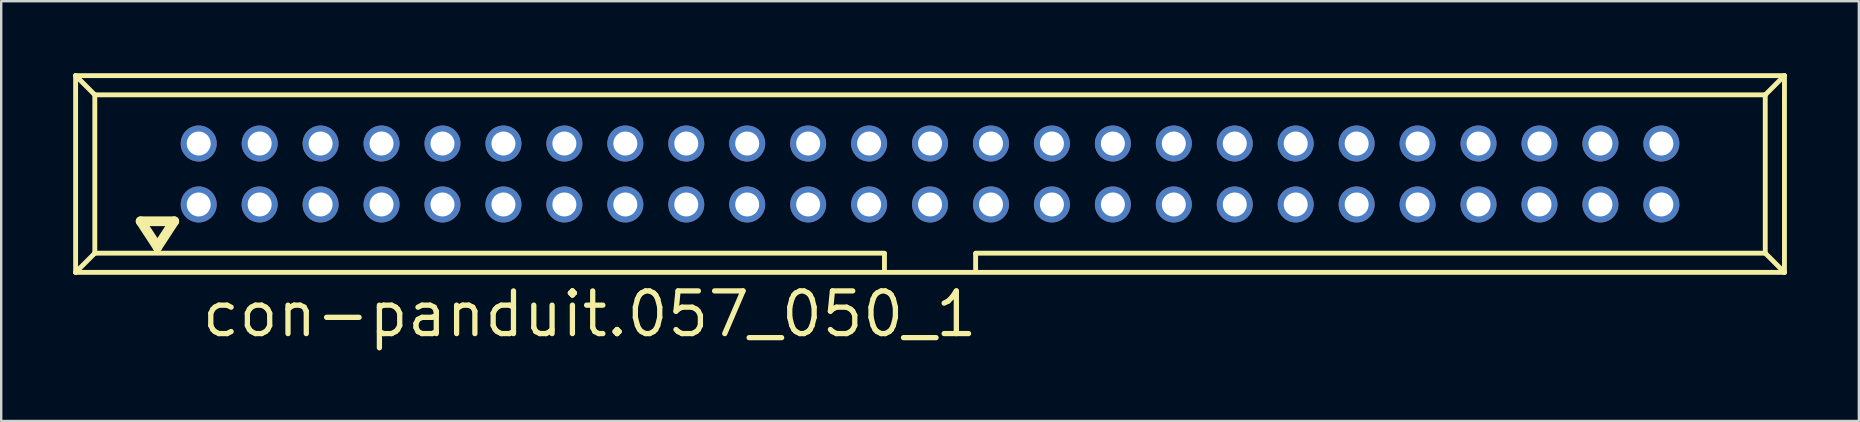
<source format=kicad_pcb>
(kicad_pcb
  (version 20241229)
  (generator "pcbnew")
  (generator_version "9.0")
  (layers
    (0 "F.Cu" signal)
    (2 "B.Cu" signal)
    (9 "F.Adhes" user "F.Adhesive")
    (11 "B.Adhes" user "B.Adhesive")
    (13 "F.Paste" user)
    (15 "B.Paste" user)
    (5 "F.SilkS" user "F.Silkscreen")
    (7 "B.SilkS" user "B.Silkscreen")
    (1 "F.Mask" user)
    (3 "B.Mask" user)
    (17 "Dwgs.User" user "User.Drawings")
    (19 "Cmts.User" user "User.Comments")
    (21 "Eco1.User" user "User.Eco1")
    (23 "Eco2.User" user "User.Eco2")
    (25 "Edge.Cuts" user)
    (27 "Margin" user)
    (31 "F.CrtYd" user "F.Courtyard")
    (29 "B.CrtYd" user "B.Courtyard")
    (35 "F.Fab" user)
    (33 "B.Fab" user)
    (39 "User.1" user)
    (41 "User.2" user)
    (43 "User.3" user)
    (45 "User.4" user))
  (footprint "con-panduit.057_050_1"
    (layer "F.Cu")
    (at 35.712 4.202)
    (property "Reference" "con-panduit.057_050_1" (at -30.46 6.88 0) (layer "F.SilkS") (effects (font (size 1.778 1.778) (thickness 0.22)) (justify left bottom)))
    (attr through_hole)
    (fp_line (start -35.61 -4.1) (end -34.81 -3.3) (stroke (width 0.203) (type default)) (layer "F.SilkS"))
    (fp_line (start -35.61 4.1) (end -35.61 -4.1) (stroke (width 0.203) (type default)) (layer "F.SilkS"))
    (fp_line (start -35.61 4.1) (end -34.81 3.3) (stroke (width 0.203) (type default)) (layer "F.SilkS"))
    (fp_line (start -35.61 4.1) (end 35.61 4.1) (stroke (width 0.203) (type default)) (layer "F.SilkS"))
    (fp_line (start -34.81 -3.3) (end 34.81 -3.3) (stroke (width 0.203) (type default)) (layer "F.SilkS"))
    (fp_line (start -34.81 3.3) (end -34.81 -3.3) (stroke (width 0.203) (type default)) (layer "F.SilkS"))
    (fp_line (start -32.9 1.97) (end -32.2 3.04) (stroke (width 0.406) (type default)) (layer "F.SilkS"))
    (fp_line (start -32.2 3.04) (end -31.5 1.97) (stroke (width 0.406) (type default)) (layer "F.SilkS"))
    (fp_line (start -31.5 1.97) (end -32.9 1.97) (stroke (width 0.406) (type default)) (layer "F.SilkS"))
    (fp_line (start -1.9 3.3) (end -34.81 3.3) (stroke (width 0.203) (type default)) (layer "F.SilkS"))
    (fp_line (start -1.9 3.32) (end -1.9 4.03) (stroke (width 0.203) (type default)) (layer "F.SilkS"))
    (fp_line (start 1.9 3.32) (end 1.9 4.03) (stroke (width 0.203) (type default)) (layer "F.SilkS"))
    (fp_line (start 34.81 -3.3) (end 34.81 3.3) (stroke (width 0.203) (type default)) (layer "F.SilkS"))
    (fp_line (start 34.81 3.3) (end 1.9 3.3) (stroke (width 0.203) (type default)) (layer "F.SilkS"))
    (fp_line (start 34.81 3.3) (end 35.61 4.1) (stroke (width 0.203) (type default)) (layer "F.SilkS"))
    (fp_line (start 35.61 -4.1) (end -35.61 -4.1) (stroke (width 0.203) (type default)) (layer "F.SilkS"))
    (fp_line (start 35.61 -4.1) (end 34.81 -3.3) (stroke (width 0.203) (type default)) (layer "F.SilkS"))
    (fp_line (start 35.61 4.1) (end 35.61 -4.1) (stroke (width 0.203) (type default)) (layer "F.SilkS"))
    (pad "1" thru_hole circle (at -30.48 1.27) (size 1.5 1.5) (drill 1) (layers "*.Cu" "*.Mask"))
    (pad "2" thru_hole circle (at -30.48 -1.27) (size 1.5 1.5) (drill 1) (layers "*.Cu" "*.Mask"))
    (pad "3" thru_hole circle (at -27.94 1.27) (size 1.5 1.5) (drill 1) (layers "*.Cu" "*.Mask"))
    (pad "4" thru_hole circle (at -27.94 -1.27) (size 1.5 1.5) (drill 1) (layers "*.Cu" "*.Mask"))
    (pad "5" thru_hole circle (at -25.4 1.27) (size 1.5 1.5) (drill 1) (layers "*.Cu" "*.Mask"))
    (pad "6" thru_hole circle (at -25.4 -1.27) (size 1.5 1.5) (drill 1) (layers "*.Cu" "*.Mask"))
    (pad "7" thru_hole circle (at -22.86 1.27) (size 1.5 1.5) (drill 1) (layers "*.Cu" "*.Mask"))
    (pad "8" thru_hole circle (at -22.86 -1.27) (size 1.5 1.5) (drill 1) (layers "*.Cu" "*.Mask"))
    (pad "9" thru_hole circle (at -20.32 1.27) (size 1.5 1.5) (drill 1) (layers "*.Cu" "*.Mask"))
    (pad "10" thru_hole circle (at -20.32 -1.27) (size 1.5 1.5) (drill 1) (layers "*.Cu" "*.Mask"))
    (pad "11" thru_hole circle (at -17.78 1.27) (size 1.5 1.5) (drill 1) (layers "*.Cu" "*.Mask"))
    (pad "12" thru_hole circle (at -17.78 -1.27) (size 1.5 1.5) (drill 1) (layers "*.Cu" "*.Mask"))
    (pad "13" thru_hole circle (at -15.24 1.27) (size 1.5 1.5) (drill 1) (layers "*.Cu" "*.Mask"))
    (pad "14" thru_hole circle (at -15.24 -1.27) (size 1.5 1.5) (drill 1) (layers "*.Cu" "*.Mask"))
    (pad "15" thru_hole circle (at -12.7 1.27) (size 1.5 1.5) (drill 1) (layers "*.Cu" "*.Mask"))
    (pad "16" thru_hole circle (at -12.7 -1.27) (size 1.5 1.5) (drill 1) (layers "*.Cu" "*.Mask"))
    (pad "17" thru_hole circle (at -10.16 1.27) (size 1.5 1.5) (drill 1) (layers "*.Cu" "*.Mask"))
    (pad "18" thru_hole circle (at -10.16 -1.27) (size 1.5 1.5) (drill 1) (layers "*.Cu" "*.Mask"))
    (pad "19" thru_hole circle (at -7.62 1.27) (size 1.5 1.5) (drill 1) (layers "*.Cu" "*.Mask"))
    (pad "20" thru_hole circle (at -7.62 -1.27) (size 1.5 1.5) (drill 1) (layers "*.Cu" "*.Mask"))
    (pad "21" thru_hole circle (at -5.08 1.27) (size 1.5 1.5) (drill 1) (layers "*.Cu" "*.Mask"))
    (pad "22" thru_hole circle (at -5.08 -1.27) (size 1.5 1.5) (drill 1) (layers "*.Cu" "*.Mask"))
    (pad "23" thru_hole circle (at -2.54 1.27) (size 1.5 1.5) (drill 1) (layers "*.Cu" "*.Mask"))
    (pad "24" thru_hole circle (at -2.54 -1.27) (size 1.5 1.5) (drill 1) (layers "*.Cu" "*.Mask"))
    (pad "25" thru_hole circle (at 0 1.27) (size 1.5 1.5) (drill 1) (layers "*.Cu" "*.Mask"))
    (pad "26" thru_hole circle (at 0 -1.27) (size 1.5 1.5) (drill 1) (layers "*.Cu" "*.Mask"))
    (pad "27" thru_hole circle (at 2.54 1.27) (size 1.5 1.5) (drill 1) (layers "*.Cu" "*.Mask"))
    (pad "28" thru_hole circle (at 2.54 -1.27) (size 1.5 1.5) (drill 1) (layers "*.Cu" "*.Mask"))
    (pad "29" thru_hole circle (at 5.08 1.27) (size 1.5 1.5) (drill 1) (layers "*.Cu" "*.Mask"))
    (pad "30" thru_hole circle (at 5.08 -1.27) (size 1.5 1.5) (drill 1) (layers "*.Cu" "*.Mask"))
    (pad "31" thru_hole circle (at 7.62 1.27) (size 1.5 1.5) (drill 1) (layers "*.Cu" "*.Mask"))
    (pad "32" thru_hole circle (at 7.62 -1.27) (size 1.5 1.5) (drill 1) (layers "*.Cu" "*.Mask"))
    (pad "33" thru_hole circle (at 10.16 1.27) (size 1.5 1.5) (drill 1) (layers "*.Cu" "*.Mask"))
    (pad "34" thru_hole circle (at 10.16 -1.27) (size 1.5 1.5) (drill 1) (layers "*.Cu" "*.Mask"))
    (pad "35" thru_hole circle (at 12.7 1.27) (size 1.5 1.5) (drill 1) (layers "*.Cu" "*.Mask"))
    (pad "36" thru_hole circle (at 12.7 -1.27) (size 1.5 1.5) (drill 1) (layers "*.Cu" "*.Mask"))
    (pad "37" thru_hole circle (at 15.24 1.27) (size 1.5 1.5) (drill 1) (layers "*.Cu" "*.Mask"))
    (pad "38" thru_hole circle (at 15.24 -1.27) (size 1.5 1.5) (drill 1) (layers "*.Cu" "*.Mask"))
    (pad "39" thru_hole circle (at 17.78 1.27) (size 1.5 1.5) (drill 1) (layers "*.Cu" "*.Mask"))
    (pad "40" thru_hole circle (at 17.78 -1.27) (size 1.5 1.5) (drill 1) (layers "*.Cu" "*.Mask"))
    (pad "41" thru_hole circle (at 20.32 1.27) (size 1.5 1.5) (drill 1) (layers "*.Cu" "*.Mask"))
    (pad "42" thru_hole circle (at 20.32 -1.27) (size 1.5 1.5) (drill 1) (layers "*.Cu" "*.Mask"))
    (pad "43" thru_hole circle (at 22.86 1.27) (size 1.5 1.5) (drill 1) (layers "*.Cu" "*.Mask"))
    (pad "44" thru_hole circle (at 22.86 -1.27) (size 1.5 1.5) (drill 1) (layers "*.Cu" "*.Mask"))
    (pad "45" thru_hole circle (at 25.4 1.27) (size 1.5 1.5) (drill 1) (layers "*.Cu" "*.Mask"))
    (pad "46" thru_hole circle (at 25.4 -1.27) (size 1.5 1.5) (drill 1) (layers "*.Cu" "*.Mask"))
    (pad "47" thru_hole circle (at 27.94 1.27) (size 1.5 1.5) (drill 1) (layers "*.Cu" "*.Mask"))
    (pad "48" thru_hole circle (at 27.94 -1.27) (size 1.5 1.5) (drill 1) (layers "*.Cu" "*.Mask"))
    (pad "49" thru_hole circle (at 30.48 1.27) (size 1.5 1.5) (drill 1) (layers "*.Cu" "*.Mask"))
    (pad "50" thru_hole circle (at 30.48 -1.27) (size 1.5 1.5) (drill 1) (layers "*.Cu" "*.Mask")))
  (gr_rect
    (start -3 -3)
    (end 74.423 14.496)
    (stroke (width 0.1) (type default))
    (fill no)
    (layer "Edge.Cuts")))
</source>
